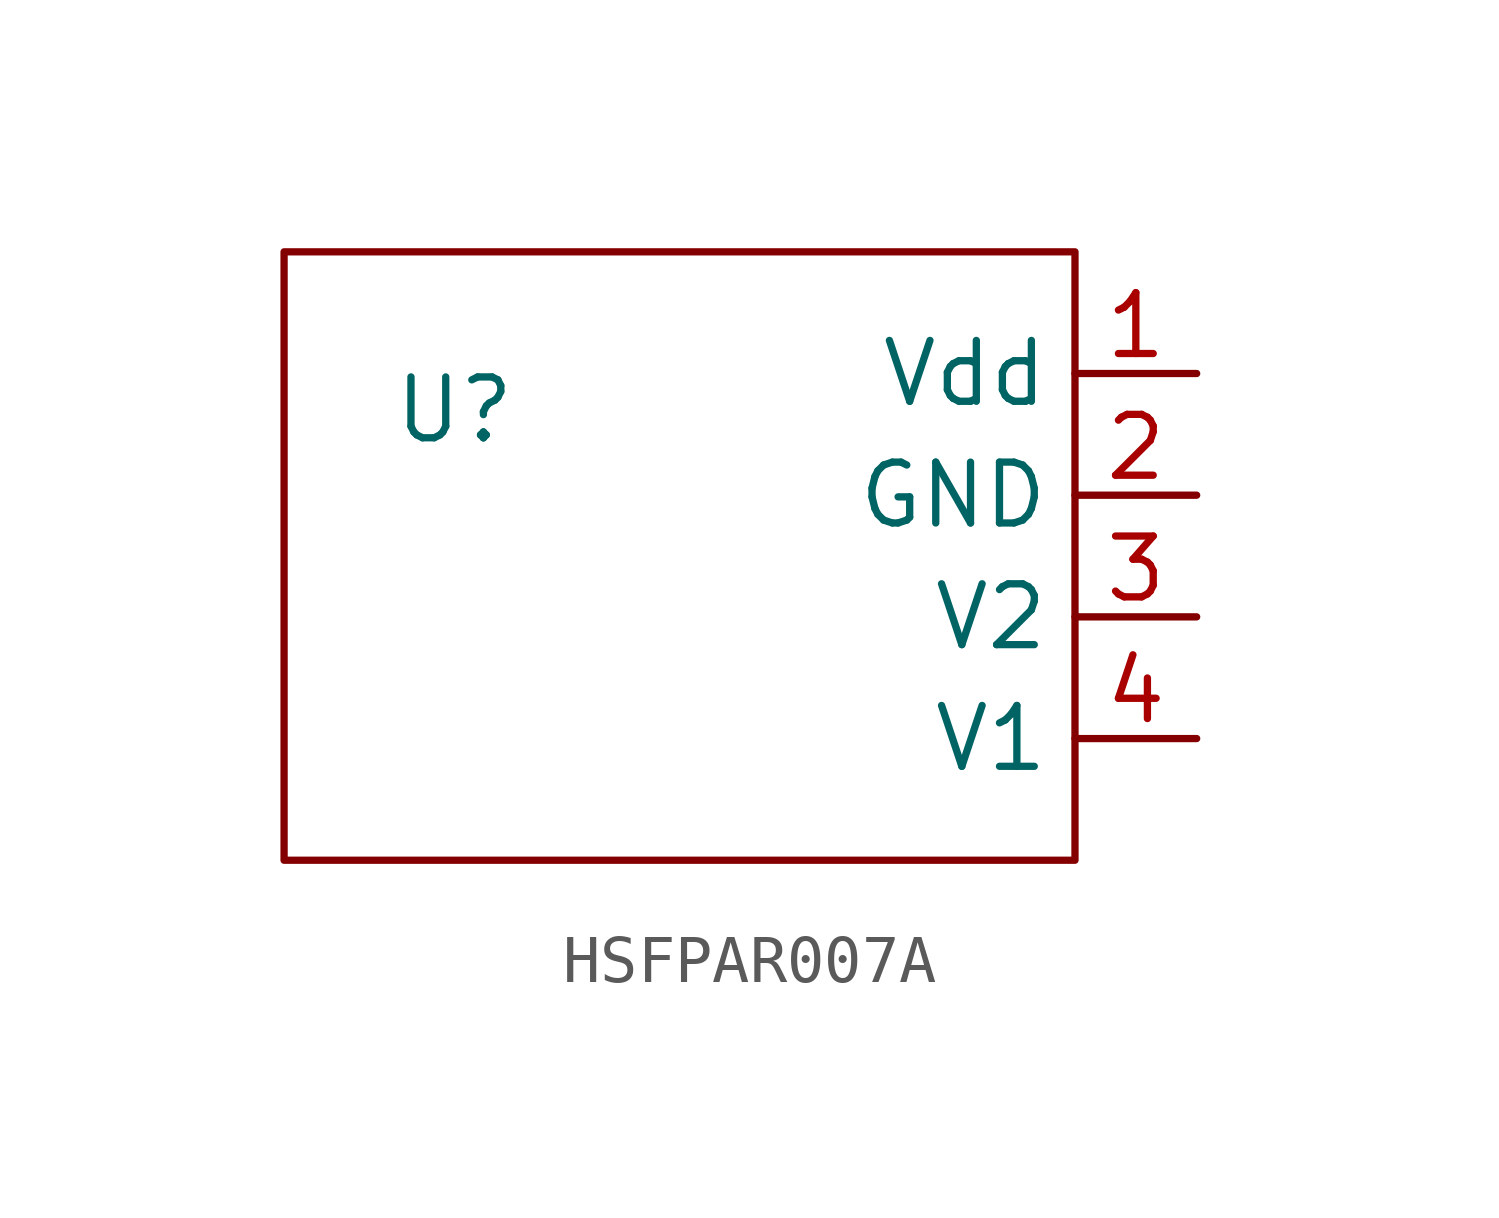
<source format=kicad_sym>
(kicad_symbol_lib
  (version 20241209)
  (generator "kicad_symbol_editor")
  (generator_version "9.0")
  (symbol "HSFPAR007A"
    (property "Reference" "U"
      (at -7.874 3.048 0)
      (effects (font (size 1.27 1.27))))
    (property "Value" ""
      (at 0 0 0)
      (effects (font (size 1.27 1.27))))
    (symbol "HSFPAR007A_0_1"
      (rectangle (start -11.43 6.35) (end 5.08 -6.35) (stroke (width 0) (type default)) (fill (type none))))
    (symbol "HSFPAR007A_1_1"
      (pin power_in line (at 7.62 3.81 180) (length 2.54) (name "Vdd" (effects (font (size 1.27 1.27)))) (number "1" (effects (font (size 1.27 1.27)))))
      (pin power_in line (at 7.62 1.27 180) (length 2.54) (name "GND" (effects (font (size 1.27 1.27)))) (number "2" (effects (font (size 1.27 1.27)))))
      (pin output line (at 7.62 -1.27 180) (length 2.54) (name "V2" (effects (font (size 1.27 1.27)))) (number "3" (effects (font (size 1.27 1.27)))))
      (pin output line (at 7.62 -3.81 180) (length 2.54) (name "V1" (effects (font (size 1.27 1.27)))) (number "4" (effects (font (size 1.27 1.27))))))))
</source>
